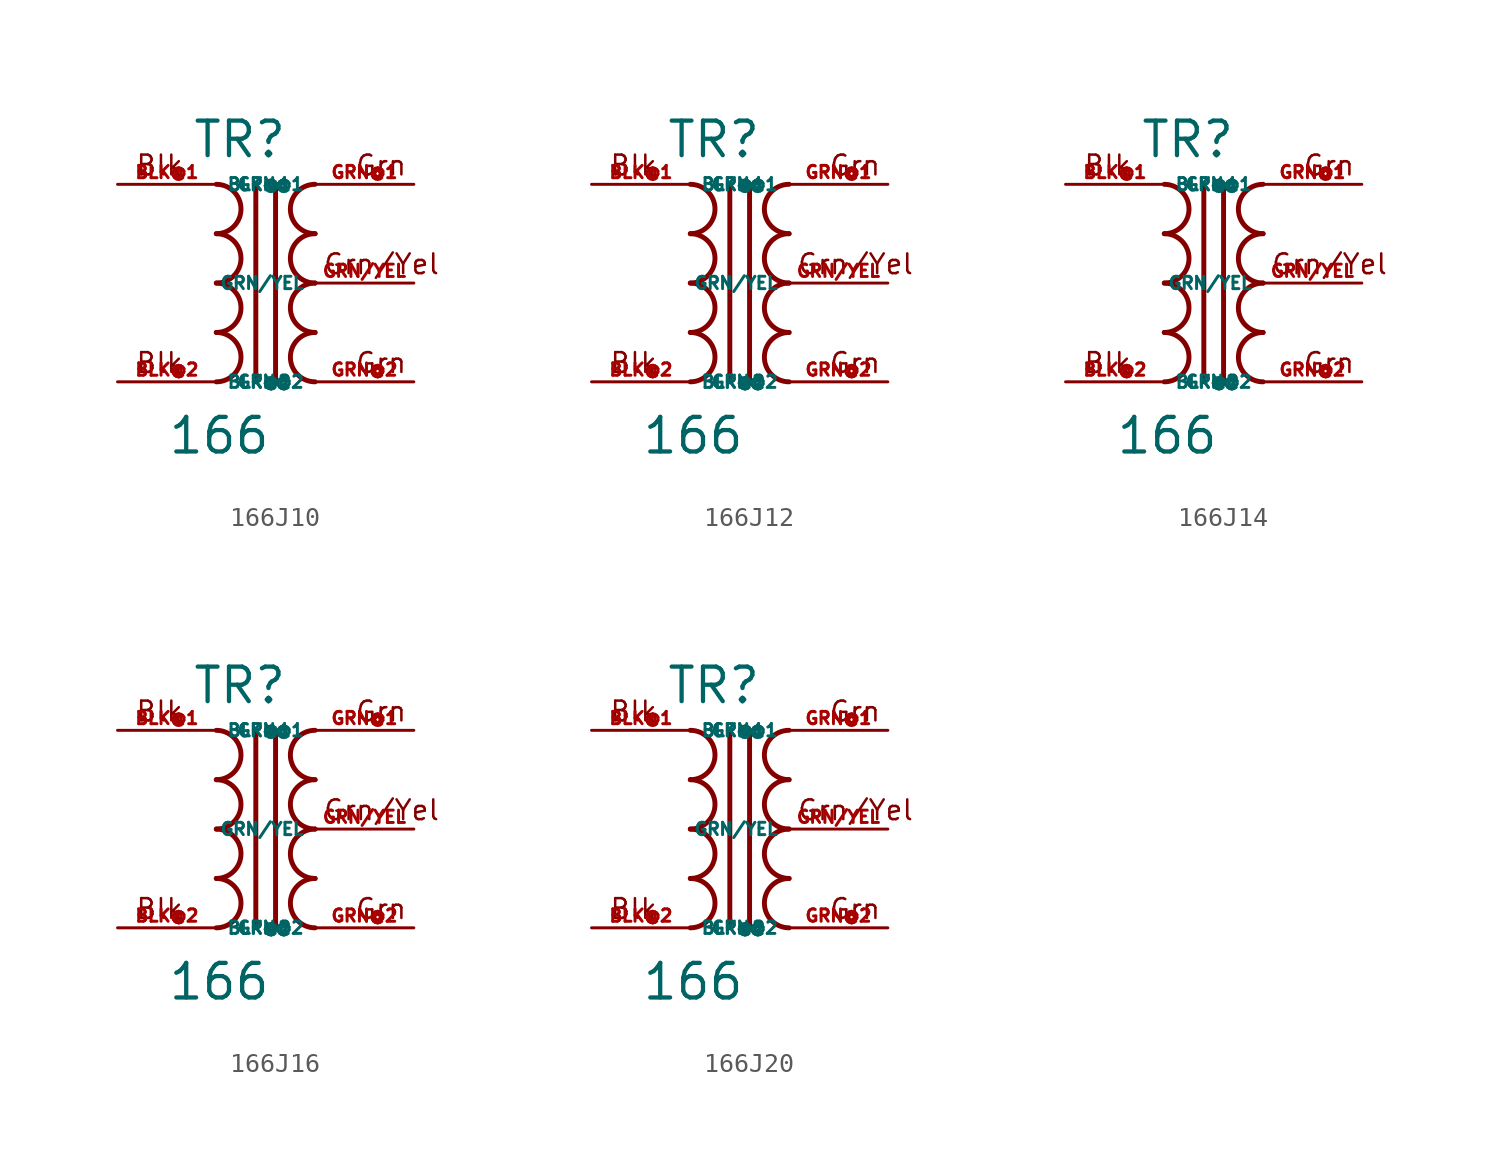
<source format=kicad_sym>
(kicad_symbol_lib
  (version 20220914)
  (generator Eagle2Kicad)
  (symbol "166J10"
    (property "Reference" "TR"
      (at -3.81 6.35 0)
      (effects (font (size 1.778 1.778) (thickness 0.22)) (justify left bottom)))
    (property "Value" "166"
      (at -5.08 -8.89 0)
      (effects (font (size 1.778 1.778) (thickness 0.22)) (justify left bottom)))
    (polyline
      (pts (xy -0.508 5.08) (xy -0.508 -5.08))
      (stroke (width 0.254) (type default))
      (fill (type none)))
    (arc
      (start -2.54 0)
      (mid -1.270 1.270)
      (end -2.54 2.54)
      (stroke (width 0.254) (type default))
      (fill (type none)))
    (arc
      (start -2.54 -2.54)
      (mid -1.270 -1.270)
      (end -2.54 0)
      (stroke (width 0.254) (type default))
      (fill (type none)))
    (arc
      (start -2.54 -5.08)
      (mid -1.270 -3.810)
      (end -2.54 -2.54)
      (stroke (width 0.254) (type default))
      (fill (type none)))
    (arc
      (start -2.54 2.54)
      (mid -1.270 3.810)
      (end -2.54 5.08)
      (stroke (width 0.254) (type default))
      (fill (type none)))
    (arc
      (start 2.54 2.54)
      (mid 1.270 1.270)
      (end 2.54 0)
      (stroke (width 0.254) (type default))
      (fill (type none)))
    (arc
      (start 2.54 5.08)
      (mid 1.270 3.810)
      (end 2.54 2.54)
      (stroke (width 0.254) (type default))
      (fill (type none)))
    (arc
      (start 2.54 0)
      (mid 1.270 -1.270)
      (end 2.54 -2.54)
      (stroke (width 0.254) (type default))
      (fill (type none)))
    (arc
      (start 2.54 -2.54)
      (mid 1.270 -3.810)
      (end 2.54 -5.08)
      (stroke (width 0.254) (type default))
      (fill (type none)))
    (polyline
      (pts (xy 0.508 5.08) (xy 0.508 -5.08))
      (stroke (width 0.254) (type default))
      (fill (type none)))
    (text "Blk"
      (at -6.731 5.461 0)
      (effects (font (size 1.016 1.016) (thickness 0.13)) (justify left bottom)))
    (text "Blk"
      (at -6.731 -4.699 0)
      (effects (font (size 1.016 1.016) (thickness 0.13)) (justify left bottom)))
    (text "Grn"
      (at 4.572 5.461 0)
      (effects (font (size 1.016 1.016) (thickness 0.13)) (justify left bottom)))
    (text "Grn"
      (at 4.572 -4.699 0)
      (effects (font (size 1.016 1.016) (thickness 0.13)) (justify left bottom)))
    (text "Grn/Yel"
      (at 2.921 0.381 0)
      (effects (font (size 1.016 1.016) (thickness 0.13)) (justify left bottom)))
    (pin passive line
      (at -7.62 5.08 0)
      (length 5.08)
      (name "BLK@1" (effects (font (size 0.635 0.635) (thickness 0.08)) (justify left bottom)))
      (number "BLK@1" (effects (font (size 0.635 0.635) (thickness 0.08)) (justify left bottom))))
    (pin passive line
      (at -7.62 -5.08 0)
      (length 5.08)
      (name "BLK@2" (effects (font (size 0.635 0.635) (thickness 0.08)) (justify left bottom)))
      (number "BLK@2" (effects (font (size 0.635 0.635) (thickness 0.08)) (justify left bottom))))
    (pin passive line
      (at 7.62 5.08 180)
      (length 5.08)
      (name "GRN@1" (effects (font (size 0.635 0.635) (thickness 0.08)) (justify left bottom)))
      (number "GRN@1" (effects (font (size 0.635 0.635) (thickness 0.08)) (justify left bottom))))
    (pin passive line
      (at 7.62 0 180)
      (length 5.08)
      (name "GRN/YEL" (effects (font (size 0.635 0.635) (thickness 0.08)) (justify left bottom)))
      (number "GRN/YEL" (effects (font (size 0.635 0.635) (thickness 0.08)) (justify left bottom))))
    (pin passive line
      (at 7.62 -5.08 180)
      (length 5.08)
      (name "GRN@2" (effects (font (size 0.635 0.635) (thickness 0.08)) (justify left bottom)))
      (number "GRN@2" (effects (font (size 0.635 0.635) (thickness 0.08)) (justify left bottom)))))
  (symbol "166J12"
    (property "Reference" "TR"
      (at -3.81 6.35 0)
      (effects (font (size 1.778 1.778) (thickness 0.22)) (justify left bottom)))
    (property "Value" "166"
      (at -5.08 -8.89 0)
      (effects (font (size 1.778 1.778) (thickness 0.22)) (justify left bottom)))
    (polyline
      (pts (xy -0.508 5.08) (xy -0.508 -5.08))
      (stroke (width 0.254) (type default))
      (fill (type none)))
    (arc
      (start -2.54 0)
      (mid -1.270 1.270)
      (end -2.54 2.54)
      (stroke (width 0.254) (type default))
      (fill (type none)))
    (arc
      (start -2.54 -2.54)
      (mid -1.270 -1.270)
      (end -2.54 0)
      (stroke (width 0.254) (type default))
      (fill (type none)))
    (arc
      (start -2.54 -5.08)
      (mid -1.270 -3.810)
      (end -2.54 -2.54)
      (stroke (width 0.254) (type default))
      (fill (type none)))
    (arc
      (start -2.54 2.54)
      (mid -1.270 3.810)
      (end -2.54 5.08)
      (stroke (width 0.254) (type default))
      (fill (type none)))
    (arc
      (start 2.54 2.54)
      (mid 1.270 1.270)
      (end 2.54 0)
      (stroke (width 0.254) (type default))
      (fill (type none)))
    (arc
      (start 2.54 5.08)
      (mid 1.270 3.810)
      (end 2.54 2.54)
      (stroke (width 0.254) (type default))
      (fill (type none)))
    (arc
      (start 2.54 0)
      (mid 1.270 -1.270)
      (end 2.54 -2.54)
      (stroke (width 0.254) (type default))
      (fill (type none)))
    (arc
      (start 2.54 -2.54)
      (mid 1.270 -3.810)
      (end 2.54 -5.08)
      (stroke (width 0.254) (type default))
      (fill (type none)))
    (polyline
      (pts (xy 0.508 5.08) (xy 0.508 -5.08))
      (stroke (width 0.254) (type default))
      (fill (type none)))
    (text "Blk"
      (at -6.731 5.461 0)
      (effects (font (size 1.016 1.016) (thickness 0.13)) (justify left bottom)))
    (text "Blk"
      (at -6.731 -4.699 0)
      (effects (font (size 1.016 1.016) (thickness 0.13)) (justify left bottom)))
    (text "Grn"
      (at 4.572 5.461 0)
      (effects (font (size 1.016 1.016) (thickness 0.13)) (justify left bottom)))
    (text "Grn"
      (at 4.572 -4.699 0)
      (effects (font (size 1.016 1.016) (thickness 0.13)) (justify left bottom)))
    (text "Grn/Yel"
      (at 2.921 0.381 0)
      (effects (font (size 1.016 1.016) (thickness 0.13)) (justify left bottom)))
    (pin passive line
      (at -7.62 5.08 0)
      (length 5.08)
      (name "BLK@1" (effects (font (size 0.635 0.635) (thickness 0.08)) (justify left bottom)))
      (number "BLK@1" (effects (font (size 0.635 0.635) (thickness 0.08)) (justify left bottom))))
    (pin passive line
      (at -7.62 -5.08 0)
      (length 5.08)
      (name "BLK@2" (effects (font (size 0.635 0.635) (thickness 0.08)) (justify left bottom)))
      (number "BLK@2" (effects (font (size 0.635 0.635) (thickness 0.08)) (justify left bottom))))
    (pin passive line
      (at 7.62 5.08 180)
      (length 5.08)
      (name "GRN@1" (effects (font (size 0.635 0.635) (thickness 0.08)) (justify left bottom)))
      (number "GRN@1" (effects (font (size 0.635 0.635) (thickness 0.08)) (justify left bottom))))
    (pin passive line
      (at 7.62 0 180)
      (length 5.08)
      (name "GRN/YEL" (effects (font (size 0.635 0.635) (thickness 0.08)) (justify left bottom)))
      (number "GRN/YEL" (effects (font (size 0.635 0.635) (thickness 0.08)) (justify left bottom))))
    (pin passive line
      (at 7.62 -5.08 180)
      (length 5.08)
      (name "GRN@2" (effects (font (size 0.635 0.635) (thickness 0.08)) (justify left bottom)))
      (number "GRN@2" (effects (font (size 0.635 0.635) (thickness 0.08)) (justify left bottom)))))
  (symbol "166J14"
    (property "Reference" "TR"
      (at -3.81 6.35 0)
      (effects (font (size 1.778 1.778) (thickness 0.22)) (justify left bottom)))
    (property "Value" "166"
      (at -5.08 -8.89 0)
      (effects (font (size 1.778 1.778) (thickness 0.22)) (justify left bottom)))
    (polyline
      (pts (xy -0.508 5.08) (xy -0.508 -5.08))
      (stroke (width 0.254) (type default))
      (fill (type none)))
    (arc
      (start -2.54 0)
      (mid -1.270 1.270)
      (end -2.54 2.54)
      (stroke (width 0.254) (type default))
      (fill (type none)))
    (arc
      (start -2.54 -2.54)
      (mid -1.270 -1.270)
      (end -2.54 0)
      (stroke (width 0.254) (type default))
      (fill (type none)))
    (arc
      (start -2.54 -5.08)
      (mid -1.270 -3.810)
      (end -2.54 -2.54)
      (stroke (width 0.254) (type default))
      (fill (type none)))
    (arc
      (start -2.54 2.54)
      (mid -1.270 3.810)
      (end -2.54 5.08)
      (stroke (width 0.254) (type default))
      (fill (type none)))
    (arc
      (start 2.54 2.54)
      (mid 1.270 1.270)
      (end 2.54 0)
      (stroke (width 0.254) (type default))
      (fill (type none)))
    (arc
      (start 2.54 5.08)
      (mid 1.270 3.810)
      (end 2.54 2.54)
      (stroke (width 0.254) (type default))
      (fill (type none)))
    (arc
      (start 2.54 0)
      (mid 1.270 -1.270)
      (end 2.54 -2.54)
      (stroke (width 0.254) (type default))
      (fill (type none)))
    (arc
      (start 2.54 -2.54)
      (mid 1.270 -3.810)
      (end 2.54 -5.08)
      (stroke (width 0.254) (type default))
      (fill (type none)))
    (polyline
      (pts (xy 0.508 5.08) (xy 0.508 -5.08))
      (stroke (width 0.254) (type default))
      (fill (type none)))
    (text "Blk"
      (at -6.731 5.461 0)
      (effects (font (size 1.016 1.016) (thickness 0.13)) (justify left bottom)))
    (text "Blk"
      (at -6.731 -4.699 0)
      (effects (font (size 1.016 1.016) (thickness 0.13)) (justify left bottom)))
    (text "Grn"
      (at 4.572 5.461 0)
      (effects (font (size 1.016 1.016) (thickness 0.13)) (justify left bottom)))
    (text "Grn"
      (at 4.572 -4.699 0)
      (effects (font (size 1.016 1.016) (thickness 0.13)) (justify left bottom)))
    (text "Grn/Yel"
      (at 2.921 0.381 0)
      (effects (font (size 1.016 1.016) (thickness 0.13)) (justify left bottom)))
    (pin passive line
      (at -7.62 5.08 0)
      (length 5.08)
      (name "BLK@1" (effects (font (size 0.635 0.635) (thickness 0.08)) (justify left bottom)))
      (number "BLK@1" (effects (font (size 0.635 0.635) (thickness 0.08)) (justify left bottom))))
    (pin passive line
      (at -7.62 -5.08 0)
      (length 5.08)
      (name "BLK@2" (effects (font (size 0.635 0.635) (thickness 0.08)) (justify left bottom)))
      (number "BLK@2" (effects (font (size 0.635 0.635) (thickness 0.08)) (justify left bottom))))
    (pin passive line
      (at 7.62 5.08 180)
      (length 5.08)
      (name "GRN@1" (effects (font (size 0.635 0.635) (thickness 0.08)) (justify left bottom)))
      (number "GRN@1" (effects (font (size 0.635 0.635) (thickness 0.08)) (justify left bottom))))
    (pin passive line
      (at 7.62 0 180)
      (length 5.08)
      (name "GRN/YEL" (effects (font (size 0.635 0.635) (thickness 0.08)) (justify left bottom)))
      (number "GRN/YEL" (effects (font (size 0.635 0.635) (thickness 0.08)) (justify left bottom))))
    (pin passive line
      (at 7.62 -5.08 180)
      (length 5.08)
      (name "GRN@2" (effects (font (size 0.635 0.635) (thickness 0.08)) (justify left bottom)))
      (number "GRN@2" (effects (font (size 0.635 0.635) (thickness 0.08)) (justify left bottom)))))
  (symbol "166J16"
    (property "Reference" "TR"
      (at -3.81 6.35 0)
      (effects (font (size 1.778 1.778) (thickness 0.22)) (justify left bottom)))
    (property "Value" "166"
      (at -5.08 -8.89 0)
      (effects (font (size 1.778 1.778) (thickness 0.22)) (justify left bottom)))
    (polyline
      (pts (xy -0.508 5.08) (xy -0.508 -5.08))
      (stroke (width 0.254) (type default))
      (fill (type none)))
    (arc
      (start -2.54 0)
      (mid -1.270 1.270)
      (end -2.54 2.54)
      (stroke (width 0.254) (type default))
      (fill (type none)))
    (arc
      (start -2.54 -2.54)
      (mid -1.270 -1.270)
      (end -2.54 0)
      (stroke (width 0.254) (type default))
      (fill (type none)))
    (arc
      (start -2.54 -5.08)
      (mid -1.270 -3.810)
      (end -2.54 -2.54)
      (stroke (width 0.254) (type default))
      (fill (type none)))
    (arc
      (start -2.54 2.54)
      (mid -1.270 3.810)
      (end -2.54 5.08)
      (stroke (width 0.254) (type default))
      (fill (type none)))
    (arc
      (start 2.54 2.54)
      (mid 1.270 1.270)
      (end 2.54 0)
      (stroke (width 0.254) (type default))
      (fill (type none)))
    (arc
      (start 2.54 5.08)
      (mid 1.270 3.810)
      (end 2.54 2.54)
      (stroke (width 0.254) (type default))
      (fill (type none)))
    (arc
      (start 2.54 0)
      (mid 1.270 -1.270)
      (end 2.54 -2.54)
      (stroke (width 0.254) (type default))
      (fill (type none)))
    (arc
      (start 2.54 -2.54)
      (mid 1.270 -3.810)
      (end 2.54 -5.08)
      (stroke (width 0.254) (type default))
      (fill (type none)))
    (polyline
      (pts (xy 0.508 5.08) (xy 0.508 -5.08))
      (stroke (width 0.254) (type default))
      (fill (type none)))
    (text "Blk"
      (at -6.731 5.461 0)
      (effects (font (size 1.016 1.016) (thickness 0.13)) (justify left bottom)))
    (text "Blk"
      (at -6.731 -4.699 0)
      (effects (font (size 1.016 1.016) (thickness 0.13)) (justify left bottom)))
    (text "Grn"
      (at 4.572 5.461 0)
      (effects (font (size 1.016 1.016) (thickness 0.13)) (justify left bottom)))
    (text "Grn"
      (at 4.572 -4.699 0)
      (effects (font (size 1.016 1.016) (thickness 0.13)) (justify left bottom)))
    (text "Grn/Yel"
      (at 2.921 0.381 0)
      (effects (font (size 1.016 1.016) (thickness 0.13)) (justify left bottom)))
    (pin passive line
      (at -7.62 5.08 0)
      (length 5.08)
      (name "BLK@1" (effects (font (size 0.635 0.635) (thickness 0.08)) (justify left bottom)))
      (number "BLK@1" (effects (font (size 0.635 0.635) (thickness 0.08)) (justify left bottom))))
    (pin passive line
      (at -7.62 -5.08 0)
      (length 5.08)
      (name "BLK@2" (effects (font (size 0.635 0.635) (thickness 0.08)) (justify left bottom)))
      (number "BLK@2" (effects (font (size 0.635 0.635) (thickness 0.08)) (justify left bottom))))
    (pin passive line
      (at 7.62 5.08 180)
      (length 5.08)
      (name "GRN@1" (effects (font (size 0.635 0.635) (thickness 0.08)) (justify left bottom)))
      (number "GRN@1" (effects (font (size 0.635 0.635) (thickness 0.08)) (justify left bottom))))
    (pin passive line
      (at 7.62 0 180)
      (length 5.08)
      (name "GRN/YEL" (effects (font (size 0.635 0.635) (thickness 0.08)) (justify left bottom)))
      (number "GRN/YEL" (effects (font (size 0.635 0.635) (thickness 0.08)) (justify left bottom))))
    (pin passive line
      (at 7.62 -5.08 180)
      (length 5.08)
      (name "GRN@2" (effects (font (size 0.635 0.635) (thickness 0.08)) (justify left bottom)))
      (number "GRN@2" (effects (font (size 0.635 0.635) (thickness 0.08)) (justify left bottom)))))
  (symbol "166J20"
    (property "Reference" "TR"
      (at -3.81 6.35 0)
      (effects (font (size 1.778 1.778) (thickness 0.22)) (justify left bottom)))
    (property "Value" "166"
      (at -5.08 -8.89 0)
      (effects (font (size 1.778 1.778) (thickness 0.22)) (justify left bottom)))
    (polyline
      (pts (xy -0.508 5.08) (xy -0.508 -5.08))
      (stroke (width 0.254) (type default))
      (fill (type none)))
    (arc
      (start -2.54 0)
      (mid -1.270 1.270)
      (end -2.54 2.54)
      (stroke (width 0.254) (type default))
      (fill (type none)))
    (arc
      (start -2.54 -2.54)
      (mid -1.270 -1.270)
      (end -2.54 0)
      (stroke (width 0.254) (type default))
      (fill (type none)))
    (arc
      (start -2.54 -5.08)
      (mid -1.270 -3.810)
      (end -2.54 -2.54)
      (stroke (width 0.254) (type default))
      (fill (type none)))
    (arc
      (start -2.54 2.54)
      (mid -1.270 3.810)
      (end -2.54 5.08)
      (stroke (width 0.254) (type default))
      (fill (type none)))
    (arc
      (start 2.54 2.54)
      (mid 1.270 1.270)
      (end 2.54 0)
      (stroke (width 0.254) (type default))
      (fill (type none)))
    (arc
      (start 2.54 5.08)
      (mid 1.270 3.810)
      (end 2.54 2.54)
      (stroke (width 0.254) (type default))
      (fill (type none)))
    (arc
      (start 2.54 0)
      (mid 1.270 -1.270)
      (end 2.54 -2.54)
      (stroke (width 0.254) (type default))
      (fill (type none)))
    (arc
      (start 2.54 -2.54)
      (mid 1.270 -3.810)
      (end 2.54 -5.08)
      (stroke (width 0.254) (type default))
      (fill (type none)))
    (polyline
      (pts (xy 0.508 5.08) (xy 0.508 -5.08))
      (stroke (width 0.254) (type default))
      (fill (type none)))
    (text "Blk"
      (at -6.731 5.461 0)
      (effects (font (size 1.016 1.016) (thickness 0.13)) (justify left bottom)))
    (text "Blk"
      (at -6.731 -4.699 0)
      (effects (font (size 1.016 1.016) (thickness 0.13)) (justify left bottom)))
    (text "Grn"
      (at 4.572 5.461 0)
      (effects (font (size 1.016 1.016) (thickness 0.13)) (justify left bottom)))
    (text "Grn"
      (at 4.572 -4.699 0)
      (effects (font (size 1.016 1.016) (thickness 0.13)) (justify left bottom)))
    (text "Grn/Yel"
      (at 2.921 0.381 0)
      (effects (font (size 1.016 1.016) (thickness 0.13)) (justify left bottom)))
    (pin passive line
      (at -7.62 5.08 0)
      (length 5.08)
      (name "BLK@1" (effects (font (size 0.635 0.635) (thickness 0.08)) (justify left bottom)))
      (number "BLK@1" (effects (font (size 0.635 0.635) (thickness 0.08)) (justify left bottom))))
    (pin passive line
      (at -7.62 -5.08 0)
      (length 5.08)
      (name "BLK@2" (effects (font (size 0.635 0.635) (thickness 0.08)) (justify left bottom)))
      (number "BLK@2" (effects (font (size 0.635 0.635) (thickness 0.08)) (justify left bottom))))
    (pin passive line
      (at 7.62 5.08 180)
      (length 5.08)
      (name "GRN@1" (effects (font (size 0.635 0.635) (thickness 0.08)) (justify left bottom)))
      (number "GRN@1" (effects (font (size 0.635 0.635) (thickness 0.08)) (justify left bottom))))
    (pin passive line
      (at 7.62 0 180)
      (length 5.08)
      (name "GRN/YEL" (effects (font (size 0.635 0.635) (thickness 0.08)) (justify left bottom)))
      (number "GRN/YEL" (effects (font (size 0.635 0.635) (thickness 0.08)) (justify left bottom))))
    (pin passive line
      (at 7.62 -5.08 180)
      (length 5.08)
      (name "GRN@2" (effects (font (size 0.635 0.635) (thickness 0.08)) (justify left bottom)))
      (number "GRN@2" (effects (font (size 0.635 0.635) (thickness 0.08)) (justify left bottom))))))
</source>
